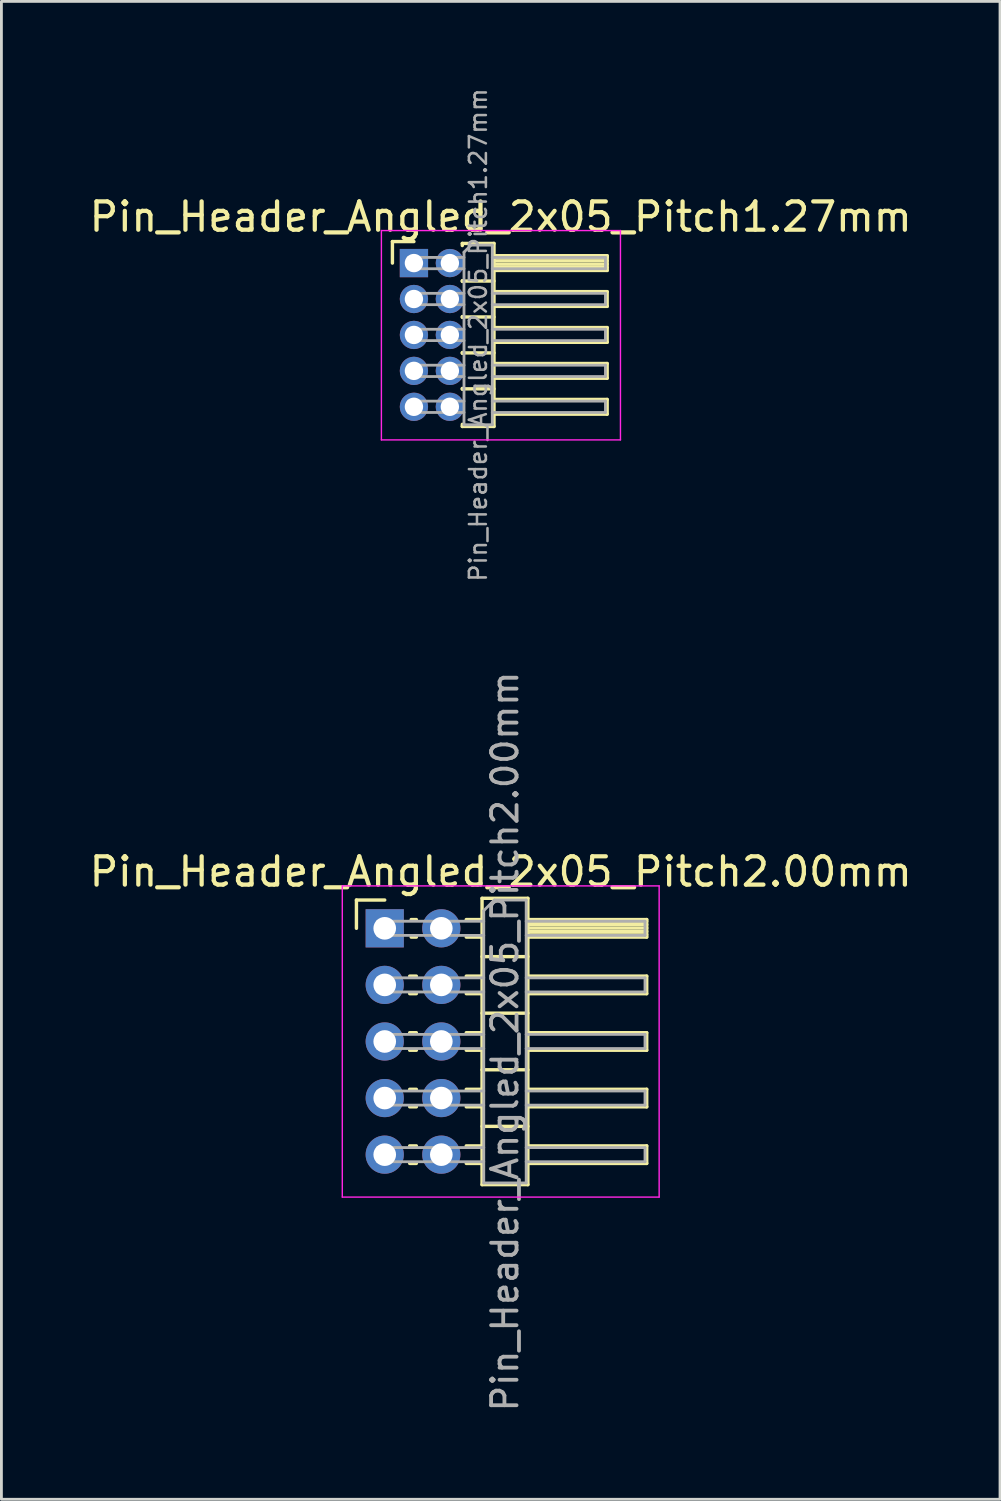
<source format=kicad_pcb>
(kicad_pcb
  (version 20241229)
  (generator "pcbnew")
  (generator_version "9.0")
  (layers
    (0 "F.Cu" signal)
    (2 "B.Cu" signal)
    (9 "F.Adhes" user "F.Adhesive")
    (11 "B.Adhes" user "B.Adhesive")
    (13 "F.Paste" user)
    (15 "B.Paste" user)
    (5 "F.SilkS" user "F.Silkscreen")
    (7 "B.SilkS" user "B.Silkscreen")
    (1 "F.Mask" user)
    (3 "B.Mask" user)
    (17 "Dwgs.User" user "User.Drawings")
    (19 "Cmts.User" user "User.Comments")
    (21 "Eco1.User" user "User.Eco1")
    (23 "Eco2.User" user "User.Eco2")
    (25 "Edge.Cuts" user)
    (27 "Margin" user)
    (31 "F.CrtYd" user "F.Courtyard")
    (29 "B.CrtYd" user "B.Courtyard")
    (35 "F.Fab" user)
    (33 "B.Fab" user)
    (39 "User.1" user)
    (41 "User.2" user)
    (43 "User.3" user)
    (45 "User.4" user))
  (footprint "Pin_Header_Angled_2x05_Pitch1.27mm"
    (layer "F.Cu")
    (at 11.581 6.249)
    (property "Reference" "Pin_Header_Angled_2x05_Pitch1.27mm" (at 3.067 -1.635 0) (layer "F.SilkS") (effects (font (size 1 1) (thickness 0.15))))
    (attr through_hole)
    (fp_line (start -0.76 -0.76) (end 0 -0.76) (stroke (width 0.12) (type solid)) (layer "F.SilkS"))
    (fp_line (start -0.76 0) (end -0.76 -0.76) (stroke (width 0.12) (type solid)) (layer "F.SilkS"))
    (fp_line (start 1.71 -0.695) (end 2.83 -0.695) (stroke (width 0.12) (type solid)) (layer "F.SilkS"))
    (fp_line (start 1.71 -0.62) (end 1.71 -0.695) (stroke (width 0.12) (type solid)) (layer "F.SilkS"))
    (fp_line (start 1.71 0.62) (end 1.71 0.65) (stroke (width 0.12) (type solid)) (layer "F.SilkS"))
    (fp_line (start 1.71 0.635) (end 2.83 0.635) (stroke (width 0.12) (type solid)) (layer "F.SilkS"))
    (fp_line (start 1.71 1.89) (end 1.71 1.92) (stroke (width 0.12) (type solid)) (layer "F.SilkS"))
    (fp_line (start 1.71 1.905) (end 2.83 1.905) (stroke (width 0.12) (type solid)) (layer "F.SilkS"))
    (fp_line (start 1.71 3.16) (end 1.71 3.19) (stroke (width 0.12) (type solid)) (layer "F.SilkS"))
    (fp_line (start 1.71 3.175) (end 2.83 3.175) (stroke (width 0.12) (type solid)) (layer "F.SilkS"))
    (fp_line (start 1.71 4.43) (end 1.71 4.46) (stroke (width 0.12) (type solid)) (layer "F.SilkS"))
    (fp_line (start 1.71 4.445) (end 2.83 4.445) (stroke (width 0.12) (type solid)) (layer "F.SilkS"))
    (fp_line (start 1.71 5.775) (end 1.71 5.7) (stroke (width 0.12) (type solid)) (layer "F.SilkS"))
    (fp_line (start 2.83 -0.695) (end 2.83 5.775) (stroke (width 0.12) (type solid)) (layer "F.SilkS"))
    (fp_line (start 2.83 -0.26) (end 6.83 -0.26) (stroke (width 0.12) (type solid)) (layer "F.SilkS"))
    (fp_line (start 2.83 -0.2) (end 6.83 -0.2) (stroke (width 0.12) (type solid)) (layer "F.SilkS"))
    (fp_line (start 2.83 -0.08) (end 6.83 -0.08) (stroke (width 0.12) (type solid)) (layer "F.SilkS"))
    (fp_line (start 2.83 0.04) (end 6.83 0.04) (stroke (width 0.12) (type solid)) (layer "F.SilkS"))
    (fp_line (start 2.83 0.16) (end 6.83 0.16) (stroke (width 0.12) (type solid)) (layer "F.SilkS"))
    (fp_line (start 2.83 1.01) (end 6.83 1.01) (stroke (width 0.12) (type solid)) (layer "F.SilkS"))
    (fp_line (start 2.83 2.28) (end 6.83 2.28) (stroke (width 0.12) (type solid)) (layer "F.SilkS"))
    (fp_line (start 2.83 3.55) (end 6.83 3.55) (stroke (width 0.12) (type solid)) (layer "F.SilkS"))
    (fp_line (start 2.83 4.82) (end 6.83 4.82) (stroke (width 0.12) (type solid)) (layer "F.SilkS"))
    (fp_line (start 2.83 5.775) (end 1.71 5.775) (stroke (width 0.12) (type solid)) (layer "F.SilkS"))
    (fp_line (start 6.83 -0.26) (end 6.83 0.26) (stroke (width 0.12) (type solid)) (layer "F.SilkS"))
    (fp_line (start 6.83 0.26) (end 2.83 0.26) (stroke (width 0.12) (type solid)) (layer "F.SilkS"))
    (fp_line (start 6.83 1.01) (end 6.83 1.53) (stroke (width 0.12) (type solid)) (layer "F.SilkS"))
    (fp_line (start 6.83 1.53) (end 2.83 1.53) (stroke (width 0.12) (type solid)) (layer "F.SilkS"))
    (fp_line (start 6.83 2.28) (end 6.83 2.8) (stroke (width 0.12) (type solid)) (layer "F.SilkS"))
    (fp_line (start 6.83 2.8) (end 2.83 2.8) (stroke (width 0.12) (type solid)) (layer "F.SilkS"))
    (fp_line (start 6.83 3.55) (end 6.83 4.07) (stroke (width 0.12) (type solid)) (layer "F.SilkS"))
    (fp_line (start 6.83 4.07) (end 2.83 4.07) (stroke (width 0.12) (type solid)) (layer "F.SilkS"))
    (fp_line (start 6.83 4.82) (end 6.83 5.34) (stroke (width 0.12) (type solid)) (layer "F.SilkS"))
    (fp_line (start 6.83 5.34) (end 2.83 5.34) (stroke (width 0.12) (type solid)) (layer "F.SilkS"))
    (fp_line (start -1.15 -1.15) (end -1.15 6.25) (stroke (width 0.05) (type solid)) (layer "F.CrtYd"))
    (fp_line (start -1.15 6.25) (end 7.3 6.25) (stroke (width 0.05) (type solid)) (layer "F.CrtYd"))
    (fp_line (start 7.3 -1.15) (end -1.15 -1.15) (stroke (width 0.05) (type solid)) (layer "F.CrtYd"))
    (fp_line (start 7.3 6.25) (end 7.3 -1.15) (stroke (width 0.05) (type solid)) (layer "F.CrtYd"))
    (fp_line (start -0.2 -0.2) (end -0.2 0.2) (stroke (width 0.1) (type solid)) (layer "F.Fab"))
    (fp_line (start -0.2 -0.2) (end 1.77 -0.2) (stroke (width 0.1) (type solid)) (layer "F.Fab"))
    (fp_line (start -0.2 0.2) (end 1.77 0.2) (stroke (width 0.1) (type solid)) (layer "F.Fab"))
    (fp_line (start -0.2 1.07) (end -0.2 1.47) (stroke (width 0.1) (type solid)) (layer "F.Fab"))
    (fp_line (start -0.2 1.07) (end 1.77 1.07) (stroke (width 0.1) (type solid)) (layer "F.Fab"))
    (fp_line (start -0.2 1.47) (end 1.77 1.47) (stroke (width 0.1) (type solid)) (layer "F.Fab"))
    (fp_line (start -0.2 2.34) (end -0.2 2.74) (stroke (width 0.1) (type solid)) (layer "F.Fab"))
    (fp_line (start -0.2 2.34) (end 1.77 2.34) (stroke (width 0.1) (type solid)) (layer "F.Fab"))
    (fp_line (start -0.2 2.74) (end 1.77 2.74) (stroke (width 0.1) (type solid)) (layer "F.Fab"))
    (fp_line (start -0.2 3.61) (end -0.2 4.01) (stroke (width 0.1) (type solid)) (layer "F.Fab"))
    (fp_line (start -0.2 3.61) (end 1.77 3.61) (stroke (width 0.1) (type solid)) (layer "F.Fab"))
    (fp_line (start -0.2 4.01) (end 1.77 4.01) (stroke (width 0.1) (type solid)) (layer "F.Fab"))
    (fp_line (start -0.2 4.88) (end -0.2 5.28) (stroke (width 0.1) (type solid)) (layer "F.Fab"))
    (fp_line (start -0.2 4.88) (end 1.77 4.88) (stroke (width 0.1) (type solid)) (layer "F.Fab"))
    (fp_line (start -0.2 5.28) (end 1.77 5.28) (stroke (width 0.1) (type solid)) (layer "F.Fab"))
    (fp_line (start 1.77 -0.385) (end 2.02 -0.635) (stroke (width 0.1) (type solid)) (layer "F.Fab"))
    (fp_line (start 1.77 5.715) (end 1.77 -0.385) (stroke (width 0.1) (type solid)) (layer "F.Fab"))
    (fp_line (start 2.02 -0.635) (end 2.77 -0.635) (stroke (width 0.1) (type solid)) (layer "F.Fab"))
    (fp_line (start 2.77 -0.635) (end 2.77 5.715) (stroke (width 0.1) (type solid)) (layer "F.Fab"))
    (fp_line (start 2.77 -0.2) (end 6.77 -0.2) (stroke (width 0.1) (type solid)) (layer "F.Fab"))
    (fp_line (start 2.77 0.2) (end 6.77 0.2) (stroke (width 0.1) (type solid)) (layer "F.Fab"))
    (fp_line (start 2.77 1.07) (end 6.77 1.07) (stroke (width 0.1) (type solid)) (layer "F.Fab"))
    (fp_line (start 2.77 1.47) (end 6.77 1.47) (stroke (width 0.1) (type solid)) (layer "F.Fab"))
    (fp_line (start 2.77 2.34) (end 6.77 2.34) (stroke (width 0.1) (type solid)) (layer "F.Fab"))
    (fp_line (start 2.77 2.74) (end 6.77 2.74) (stroke (width 0.1) (type solid)) (layer "F.Fab"))
    (fp_line (start 2.77 3.61) (end 6.77 3.61) (stroke (width 0.1) (type solid)) (layer "F.Fab"))
    (fp_line (start 2.77 4.01) (end 6.77 4.01) (stroke (width 0.1) (type solid)) (layer "F.Fab"))
    (fp_line (start 2.77 4.88) (end 6.77 4.88) (stroke (width 0.1) (type solid)) (layer "F.Fab"))
    (fp_line (start 2.77 5.28) (end 6.77 5.28) (stroke (width 0.1) (type solid)) (layer "F.Fab"))
    (fp_line (start 2.77 5.715) (end 1.77 5.715) (stroke (width 0.1) (type solid)) (layer "F.Fab"))
    (fp_line (start 6.77 -0.2) (end 6.77 0.2) (stroke (width 0.1) (type solid)) (layer "F.Fab"))
    (fp_line (start 6.77 1.07) (end 6.77 1.47) (stroke (width 0.1) (type solid)) (layer "F.Fab"))
    (fp_line (start 6.77 2.34) (end 6.77 2.74) (stroke (width 0.1) (type solid)) (layer "F.Fab"))
    (fp_line (start 6.77 3.61) (end 6.77 4.01) (stroke (width 0.1) (type solid)) (layer "F.Fab"))
    (fp_line (start 6.77 4.88) (end 6.77 5.28) (stroke (width 0.1) (type solid)) (layer "F.Fab"))
    (fp_text user "${REFERENCE}" (at 2.27 2.54 90) (layer "F.Fab") (effects (font (size 0.6 0.6) (thickness 0.09))))
    (pad "1" thru_hole rect (at 0 0) (size 1 1) (drill 0.65) (layers "*.Cu" "*.Mask"))
    (pad "2" thru_hole oval (at 1.27 0) (size 1 1) (drill 0.65) (layers "*.Cu" "*.Mask"))
    (pad "3" thru_hole oval (at 0 1.27) (size 1 1) (drill 0.65) (layers "*.Cu" "*.Mask"))
    (pad "4" thru_hole oval (at 1.27 1.27) (size 1 1) (drill 0.65) (layers "*.Cu" "*.Mask"))
    (pad "5" thru_hole oval (at 0 2.54) (size 1 1) (drill 0.65) (layers "*.Cu" "*.Mask"))
    (pad "6" thru_hole oval (at 1.27 2.54) (size 1 1) (drill 0.65) (layers "*.Cu" "*.Mask"))
    (pad "7" thru_hole oval (at 0 3.81) (size 1 1) (drill 0.65) (layers "*.Cu" "*.Mask"))
    (pad "8" thru_hole oval (at 1.27 3.81) (size 1 1) (drill 0.65) (layers "*.Cu" "*.Mask"))
    (pad "9" thru_hole oval (at 0 5.08) (size 1 1) (drill 0.65) (layers "*.Cu" "*.Mask"))
    (pad "10" thru_hole oval (at 1.27 5.08) (size 1 1) (drill 0.65) (layers "*.Cu" "*.Mask")))
  (footprint "Pin_Header_Angled_2x05_Pitch2.00mm"
    (layer "F.Cu")
    (at 10.549 29.763)
    (property "Reference" "Pin_Header_Angled_2x05_Pitch2.00mm" (at 4.1 -2 0) (layer "F.SilkS") (effects (font (size 1 1) (thickness 0.15))))
    (attr through_hole)
    (fp_line (start -1 -1) (end 0 -1) (stroke (width 0.12) (type solid)) (layer "F.SilkS"))
    (fp_line (start -1 0) (end -1 -1) (stroke (width 0.12) (type solid)) (layer "F.SilkS"))
    (fp_line (start 0.882 1.69) (end 1.118 1.69) (stroke (width 0.12) (type solid)) (layer "F.SilkS"))
    (fp_line (start 0.882 2.31) (end 1.118 2.31) (stroke (width 0.12) (type solid)) (layer "F.SilkS"))
    (fp_line (start 0.882 3.69) (end 1.118 3.69) (stroke (width 0.12) (type solid)) (layer "F.SilkS"))
    (fp_line (start 0.882 4.31) (end 1.118 4.31) (stroke (width 0.12) (type solid)) (layer "F.SilkS"))
    (fp_line (start 0.882 5.69) (end 1.118 5.69) (stroke (width 0.12) (type solid)) (layer "F.SilkS"))
    (fp_line (start 0.882 6.31) (end 1.118 6.31) (stroke (width 0.12) (type solid)) (layer "F.SilkS"))
    (fp_line (start 0.882 7.69) (end 1.118 7.69) (stroke (width 0.12) (type solid)) (layer "F.SilkS"))
    (fp_line (start 0.882 8.31) (end 1.118 8.31) (stroke (width 0.12) (type solid)) (layer "F.SilkS"))
    (fp_line (start 0.935 -0.31) (end 1.118 -0.31) (stroke (width 0.12) (type solid)) (layer "F.SilkS"))
    (fp_line (start 0.935 0.31) (end 1.118 0.31) (stroke (width 0.12) (type solid)) (layer "F.SilkS"))
    (fp_line (start 2.882 -0.31) (end 3.44 -0.31) (stroke (width 0.12) (type solid)) (layer "F.SilkS"))
    (fp_line (start 2.882 0.31) (end 3.44 0.31) (stroke (width 0.12) (type solid)) (layer "F.SilkS"))
    (fp_line (start 2.882 1.69) (end 3.44 1.69) (stroke (width 0.12) (type solid)) (layer "F.SilkS"))
    (fp_line (start 2.882 2.31) (end 3.44 2.31) (stroke (width 0.12) (type solid)) (layer "F.SilkS"))
    (fp_line (start 2.882 3.69) (end 3.44 3.69) (stroke (width 0.12) (type solid)) (layer "F.SilkS"))
    (fp_line (start 2.882 4.31) (end 3.44 4.31) (stroke (width 0.12) (type solid)) (layer "F.SilkS"))
    (fp_line (start 2.882 5.69) (end 3.44 5.69) (stroke (width 0.12) (type solid)) (layer "F.SilkS"))
    (fp_line (start 2.882 6.31) (end 3.44 6.31) (stroke (width 0.12) (type solid)) (layer "F.SilkS"))
    (fp_line (start 2.882 7.69) (end 3.44 7.69) (stroke (width 0.12) (type solid)) (layer "F.SilkS"))
    (fp_line (start 2.882 8.31) (end 3.44 8.31) (stroke (width 0.12) (type solid)) (layer "F.SilkS"))
    (fp_line (start 3.44 -1.06) (end 3.44 9.06) (stroke (width 0.12) (type solid)) (layer "F.SilkS"))
    (fp_line (start 3.44 1) (end 5.06 1) (stroke (width 0.12) (type solid)) (layer "F.SilkS"))
    (fp_line (start 3.44 3) (end 5.06 3) (stroke (width 0.12) (type solid)) (layer "F.SilkS"))
    (fp_line (start 3.44 5) (end 5.06 5) (stroke (width 0.12) (type solid)) (layer "F.SilkS"))
    (fp_line (start 3.44 7) (end 5.06 7) (stroke (width 0.12) (type solid)) (layer "F.SilkS"))
    (fp_line (start 3.44 9.06) (end 5.06 9.06) (stroke (width 0.12) (type solid)) (layer "F.SilkS"))
    (fp_line (start 5.06 -1.06) (end 3.44 -1.06) (stroke (width 0.12) (type solid)) (layer "F.SilkS"))
    (fp_line (start 5.06 -0.31) (end 9.26 -0.31) (stroke (width 0.12) (type solid)) (layer "F.SilkS"))
    (fp_line (start 5.06 -0.25) (end 9.26 -0.25) (stroke (width 0.12) (type solid)) (layer "F.SilkS"))
    (fp_line (start 5.06 -0.13) (end 9.26 -0.13) (stroke (width 0.12) (type solid)) (layer "F.SilkS"))
    (fp_line (start 5.06 -0.01) (end 9.26 -0.01) (stroke (width 0.12) (type solid)) (layer "F.SilkS"))
    (fp_line (start 5.06 0.11) (end 9.26 0.11) (stroke (width 0.12) (type solid)) (layer "F.SilkS"))
    (fp_line (start 5.06 0.23) (end 9.26 0.23) (stroke (width 0.12) (type solid)) (layer "F.SilkS"))
    (fp_line (start 5.06 1.69) (end 9.26 1.69) (stroke (width 0.12) (type solid)) (layer "F.SilkS"))
    (fp_line (start 5.06 3.69) (end 9.26 3.69) (stroke (width 0.12) (type solid)) (layer "F.SilkS"))
    (fp_line (start 5.06 5.69) (end 9.26 5.69) (stroke (width 0.12) (type solid)) (layer "F.SilkS"))
    (fp_line (start 5.06 7.69) (end 9.26 7.69) (stroke (width 0.12) (type solid)) (layer "F.SilkS"))
    (fp_line (start 5.06 9.06) (end 5.06 -1.06) (stroke (width 0.12) (type solid)) (layer "F.SilkS"))
    (fp_line (start 9.26 -0.31) (end 9.26 0.31) (stroke (width 0.12) (type solid)) (layer "F.SilkS"))
    (fp_line (start 9.26 0.31) (end 5.06 0.31) (stroke (width 0.12) (type solid)) (layer "F.SilkS"))
    (fp_line (start 9.26 1.69) (end 9.26 2.31) (stroke (width 0.12) (type solid)) (layer "F.SilkS"))
    (fp_line (start 9.26 2.31) (end 5.06 2.31) (stroke (width 0.12) (type solid)) (layer "F.SilkS"))
    (fp_line (start 9.26 3.69) (end 9.26 4.31) (stroke (width 0.12) (type solid)) (layer "F.SilkS"))
    (fp_line (start 9.26 4.31) (end 5.06 4.31) (stroke (width 0.12) (type solid)) (layer "F.SilkS"))
    (fp_line (start 9.26 5.69) (end 9.26 6.31) (stroke (width 0.12) (type solid)) (layer "F.SilkS"))
    (fp_line (start 9.26 6.31) (end 5.06 6.31) (stroke (width 0.12) (type solid)) (layer "F.SilkS"))
    (fp_line (start 9.26 7.69) (end 9.26 8.31) (stroke (width 0.12) (type solid)) (layer "F.SilkS"))
    (fp_line (start 9.26 8.31) (end 5.06 8.31) (stroke (width 0.12) (type solid)) (layer "F.SilkS"))
    (fp_line (start -1.5 -1.5) (end -1.5 9.5) (stroke (width 0.05) (type solid)) (layer "F.CrtYd"))
    (fp_line (start -1.5 9.5) (end 9.7 9.5) (stroke (width 0.05) (type solid)) (layer "F.CrtYd"))
    (fp_line (start 9.7 -1.5) (end -1.5 -1.5) (stroke (width 0.05) (type solid)) (layer "F.CrtYd"))
    (fp_line (start 9.7 9.5) (end 9.7 -1.5) (stroke (width 0.05) (type solid)) (layer "F.CrtYd"))
    (fp_line (start -0.25 -0.25) (end -0.25 0.25) (stroke (width 0.1) (type solid)) (layer "F.Fab"))
    (fp_line (start -0.25 -0.25) (end 3.5 -0.25) (stroke (width 0.1) (type solid)) (layer "F.Fab"))
    (fp_line (start -0.25 0.25) (end 3.5 0.25) (stroke (width 0.1) (type solid)) (layer "F.Fab"))
    (fp_line (start -0.25 1.75) (end -0.25 2.25) (stroke (width 0.1) (type solid)) (layer "F.Fab"))
    (fp_line (start -0.25 1.75) (end 3.5 1.75) (stroke (width 0.1) (type solid)) (layer "F.Fab"))
    (fp_line (start -0.25 2.25) (end 3.5 2.25) (stroke (width 0.1) (type solid)) (layer "F.Fab"))
    (fp_line (start -0.25 3.75) (end -0.25 4.25) (stroke (width 0.1) (type solid)) (layer "F.Fab"))
    (fp_line (start -0.25 3.75) (end 3.5 3.75) (stroke (width 0.1) (type solid)) (layer "F.Fab"))
    (fp_line (start -0.25 4.25) (end 3.5 4.25) (stroke (width 0.1) (type solid)) (layer "F.Fab"))
    (fp_line (start -0.25 5.75) (end -0.25 6.25) (stroke (width 0.1) (type solid)) (layer "F.Fab"))
    (fp_line (start -0.25 5.75) (end 3.5 5.75) (stroke (width 0.1) (type solid)) (layer "F.Fab"))
    (fp_line (start -0.25 6.25) (end 3.5 6.25) (stroke (width 0.1) (type solid)) (layer "F.Fab"))
    (fp_line (start -0.25 7.75) (end -0.25 8.25) (stroke (width 0.1) (type solid)) (layer "F.Fab"))
    (fp_line (start -0.25 7.75) (end 3.5 7.75) (stroke (width 0.1) (type solid)) (layer "F.Fab"))
    (fp_line (start -0.25 8.25) (end 3.5 8.25) (stroke (width 0.1) (type solid)) (layer "F.Fab"))
    (fp_line (start 3.5 -0.625) (end 3.875 -1) (stroke (width 0.1) (type solid)) (layer "F.Fab"))
    (fp_line (start 3.5 9) (end 3.5 -0.625) (stroke (width 0.1) (type solid)) (layer "F.Fab"))
    (fp_line (start 3.875 -1) (end 5 -1) (stroke (width 0.1) (type solid)) (layer "F.Fab"))
    (fp_line (start 5 -1) (end 5 9) (stroke (width 0.1) (type solid)) (layer "F.Fab"))
    (fp_line (start 5 -0.25) (end 9.2 -0.25) (stroke (width 0.1) (type solid)) (layer "F.Fab"))
    (fp_line (start 5 0.25) (end 9.2 0.25) (stroke (width 0.1) (type solid)) (layer "F.Fab"))
    (fp_line (start 5 1.75) (end 9.2 1.75) (stroke (width 0.1) (type solid)) (layer "F.Fab"))
    (fp_line (start 5 2.25) (end 9.2 2.25) (stroke (width 0.1) (type solid)) (layer "F.Fab"))
    (fp_line (start 5 3.75) (end 9.2 3.75) (stroke (width 0.1) (type solid)) (layer "F.Fab"))
    (fp_line (start 5 4.25) (end 9.2 4.25) (stroke (width 0.1) (type solid)) (layer "F.Fab"))
    (fp_line (start 5 5.75) (end 9.2 5.75) (stroke (width 0.1) (type solid)) (layer "F.Fab"))
    (fp_line (start 5 6.25) (end 9.2 6.25) (stroke (width 0.1) (type solid)) (layer "F.Fab"))
    (fp_line (start 5 7.75) (end 9.2 7.75) (stroke (width 0.1) (type solid)) (layer "F.Fab"))
    (fp_line (start 5 8.25) (end 9.2 8.25) (stroke (width 0.1) (type solid)) (layer "F.Fab"))
    (fp_line (start 5 9) (end 3.5 9) (stroke (width 0.1) (type solid)) (layer "F.Fab"))
    (fp_line (start 9.2 -0.25) (end 9.2 0.25) (stroke (width 0.1) (type solid)) (layer "F.Fab"))
    (fp_line (start 9.2 1.75) (end 9.2 2.25) (stroke (width 0.1) (type solid)) (layer "F.Fab"))
    (fp_line (start 9.2 3.75) (end 9.2 4.25) (stroke (width 0.1) (type solid)) (layer "F.Fab"))
    (fp_line (start 9.2 5.75) (end 9.2 6.25) (stroke (width 0.1) (type solid)) (layer "F.Fab"))
    (fp_line (start 9.2 7.75) (end 9.2 8.25) (stroke (width 0.1) (type solid)) (layer "F.Fab"))
    (fp_text user "${REFERENCE}" (at 4.25 4 90) (layer "F.Fab") (effects (font (size 0.9 0.9) (thickness 0.135))))
    (pad "1" thru_hole rect (at 0 0) (size 1.35 1.35) (drill 0.8) (layers "*.Cu" "*.Mask"))
    (pad "2" thru_hole oval (at 2 0) (size 1.35 1.35) (drill 0.8) (layers "*.Cu" "*.Mask"))
    (pad "3" thru_hole oval (at 0 2) (size 1.35 1.35) (drill 0.8) (layers "*.Cu" "*.Mask"))
    (pad "4" thru_hole oval (at 2 2) (size 1.35 1.35) (drill 0.8) (layers "*.Cu" "*.Mask"))
    (pad "5" thru_hole oval (at 0 4) (size 1.35 1.35) (drill 0.8) (layers "*.Cu" "*.Mask"))
    (pad "6" thru_hole oval (at 2 4) (size 1.35 1.35) (drill 0.8) (layers "*.Cu" "*.Mask"))
    (pad "7" thru_hole oval (at 0 6) (size 1.35 1.35) (drill 0.8) (layers "*.Cu" "*.Mask"))
    (pad "8" thru_hole oval (at 2 6) (size 1.35 1.35) (drill 0.8) (layers "*.Cu" "*.Mask"))
    (pad "9" thru_hole oval (at 0 8) (size 1.35 1.35) (drill 0.8) (layers "*.Cu" "*.Mask"))
    (pad "10" thru_hole oval (at 2 8) (size 1.35 1.35) (drill 0.8) (layers "*.Cu" "*.Mask")))
  (gr_rect
    (start -3 -3)
    (end 32.298 49.946)
    (stroke (width 0.1) (type default))
    (fill no)
    (layer "Edge.Cuts")))
</source>
